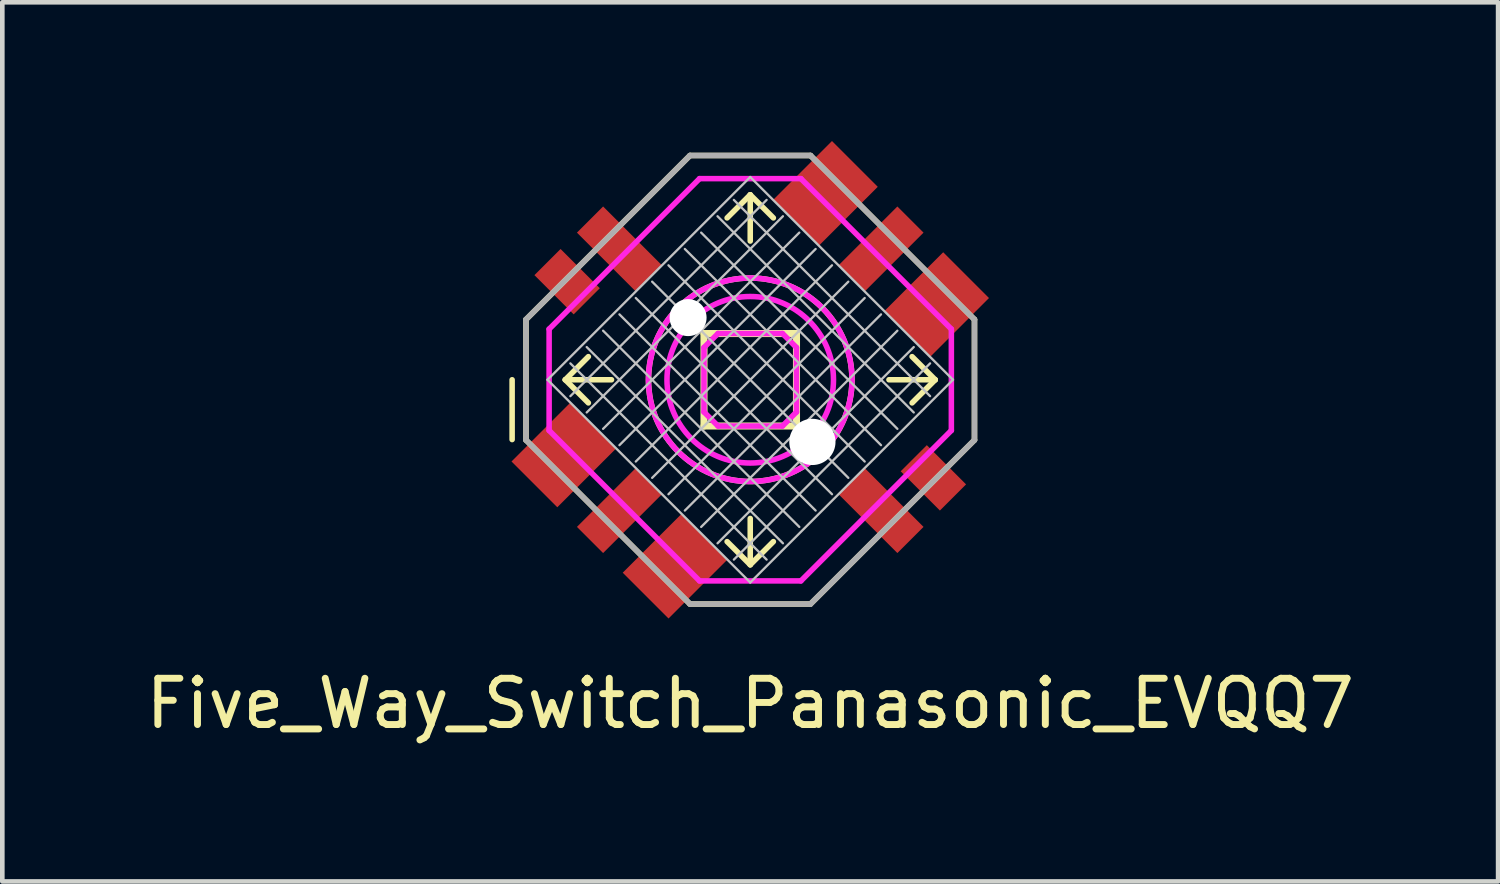
<source format=kicad_pcb>
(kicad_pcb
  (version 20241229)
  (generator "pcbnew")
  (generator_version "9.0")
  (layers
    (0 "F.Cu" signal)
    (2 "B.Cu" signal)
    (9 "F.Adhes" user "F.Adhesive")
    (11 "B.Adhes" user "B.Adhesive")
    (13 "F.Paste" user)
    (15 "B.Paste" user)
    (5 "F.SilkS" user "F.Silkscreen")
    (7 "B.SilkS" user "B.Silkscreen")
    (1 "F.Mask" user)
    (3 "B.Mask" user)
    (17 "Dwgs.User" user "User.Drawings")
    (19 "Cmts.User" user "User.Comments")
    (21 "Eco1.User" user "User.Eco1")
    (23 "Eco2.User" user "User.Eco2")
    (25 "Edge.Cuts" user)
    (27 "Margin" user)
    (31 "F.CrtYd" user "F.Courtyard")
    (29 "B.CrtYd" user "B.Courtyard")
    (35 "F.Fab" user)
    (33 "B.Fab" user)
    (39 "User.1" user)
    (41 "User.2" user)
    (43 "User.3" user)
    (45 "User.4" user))
  (footprint "Five_Way_Switch_Panasonic_EVQQ7"
    (layer "F.Cu")
    (at 13.173 5.162)
    (property "Reference" "Five_Way_Switch_Panasonic_EVQQ7" (at 0 7 0) (layer "F.SilkS") (effects (font (size 1 1) (thickness 0.15))))
    (attr through_hole)
    (fp_line (start -5.149 1.293) (end -5.149 0) (stroke (width 0.12) (type solid)) (layer "F.SilkS"))
    (fp_line (start -4.849 -1.303) (end -1.303 -4.849) (stroke (width 0.12) (type solid)) (layer "F.SilkS"))
    (fp_line (start -4.849 1.303) (end -4.849 -1.303) (stroke (width 0.12) (type solid)) (layer "F.SilkS"))
    (fp_line (start -4 0) (end -3.5 -0.5) (stroke (width 0.12) (type solid)) (layer "F.SilkS"))
    (fp_line (start -4 0) (end -3.5 0.5) (stroke (width 0.12) (type solid)) (layer "F.SilkS"))
    (fp_line (start -3 0) (end -4 0) (stroke (width 0.12) (type solid)) (layer "F.SilkS"))
    (fp_line (start -1.303 -4.849) (end 1.303 -4.849) (stroke (width 0.12) (type solid)) (layer "F.SilkS"))
    (fp_line (start -1.303 4.849) (end -4.849 1.303) (stroke (width 0.12) (type solid)) (layer "F.SilkS"))
    (fp_line (start -1 -1) (end 1 -1) (stroke (width 0.153) (type solid)) (layer "F.SilkS"))
    (fp_line (start -1 1) (end -1 -1) (stroke (width 0.153) (type solid)) (layer "F.SilkS"))
    (fp_line (start 0 -4) (end -0.5 -3.5) (stroke (width 0.12) (type solid)) (layer "F.SilkS"))
    (fp_line (start 0 -4) (end 0.5 -3.5) (stroke (width 0.12) (type solid)) (layer "F.SilkS"))
    (fp_line (start 0 -3) (end 0 -4) (stroke (width 0.12) (type solid)) (layer "F.SilkS"))
    (fp_line (start 0 3) (end 0 4) (stroke (width 0.12) (type solid)) (layer "F.SilkS"))
    (fp_line (start 0 4) (end -0.5 3.5) (stroke (width 0.12) (type solid)) (layer "F.SilkS"))
    (fp_line (start 0 4) (end 0.5 3.5) (stroke (width 0.12) (type solid)) (layer "F.SilkS"))
    (fp_line (start 1 -1) (end 1 1) (stroke (width 0.153) (type solid)) (layer "F.SilkS"))
    (fp_line (start 1 1) (end -1 1) (stroke (width 0.153) (type solid)) (layer "F.SilkS"))
    (fp_line (start 1.303 -4.849) (end 4.849 -1.303) (stroke (width 0.12) (type solid)) (layer "F.SilkS"))
    (fp_line (start 1.303 4.849) (end -1.303 4.849) (stroke (width 0.12) (type solid)) (layer "F.SilkS"))
    (fp_line (start 3 0) (end 4 0) (stroke (width 0.12) (type solid)) (layer "F.SilkS"))
    (fp_line (start 4 0) (end 3.5 -0.5) (stroke (width 0.12) (type solid)) (layer "F.SilkS"))
    (fp_line (start 4 0) (end 3.5 0.5) (stroke (width 0.12) (type solid)) (layer "F.SilkS"))
    (fp_line (start 4.849 -1.303) (end 4.849 1.303) (stroke (width 0.12) (type solid)) (layer "F.SilkS"))
    (fp_line (start 4.849 1.303) (end 1.303 4.849) (stroke (width 0.12) (type solid)) (layer "F.SilkS"))
    (fp_circle (center 0 0) (end 1.556 1.556) (stroke (width 0.12) (type solid)) (fill no) (layer "F.SilkS"))
    (fp_line (start -4.384 0) (end 0 -4.384) (stroke (width 0.05) (type solid)) (layer "Dwgs.User"))
    (fp_line (start 0 -4.384) (end 4.384 0) (stroke (width 0.05) (type solid)) (layer "Dwgs.User"))
    (fp_line (start 0 4.384) (end -4.384 0) (stroke (width 0.05) (type solid)) (layer "Dwgs.User"))
    (fp_line (start 0.354 -3.889) (end -3.889 0.354) (stroke (width 0.05) (type solid)) (layer "Dwgs.User"))
    (fp_line (start 0.354 3.889) (end -3.889 -0.354) (stroke (width 0.05) (type solid)) (layer "Dwgs.User"))
    (fp_line (start 0.707 -3.536) (end -3.536 0.707) (stroke (width 0.05) (type solid)) (layer "Dwgs.User"))
    (fp_line (start 0.707 3.536) (end -3.536 -0.707) (stroke (width 0.05) (type solid)) (layer "Dwgs.User"))
    (fp_line (start 1.061 -3.182) (end -3.182 1.061) (stroke (width 0.05) (type solid)) (layer "Dwgs.User"))
    (fp_line (start 1.061 3.182) (end -3.182 -1.061) (stroke (width 0.05) (type solid)) (layer "Dwgs.User"))
    (fp_line (start 1.414 -2.828) (end -2.828 1.414) (stroke (width 0.05) (type solid)) (layer "Dwgs.User"))
    (fp_line (start 1.414 2.828) (end -2.828 -1.414) (stroke (width 0.05) (type solid)) (layer "Dwgs.User"))
    (fp_line (start 1.768 -2.475) (end -2.475 1.768) (stroke (width 0.05) (type solid)) (layer "Dwgs.User"))
    (fp_line (start 1.768 2.475) (end -2.475 -1.768) (stroke (width 0.05) (type solid)) (layer "Dwgs.User"))
    (fp_line (start 2.121 -2.121) (end -2.121 2.121) (stroke (width 0.05) (type solid)) (layer "Dwgs.User"))
    (fp_line (start 2.121 2.121) (end -2.121 -2.121) (stroke (width 0.05) (type solid)) (layer "Dwgs.User"))
    (fp_line (start 2.475 -1.768) (end -1.768 2.475) (stroke (width 0.05) (type solid)) (layer "Dwgs.User"))
    (fp_line (start 2.475 1.768) (end -1.768 -2.475) (stroke (width 0.05) (type solid)) (layer "Dwgs.User"))
    (fp_line (start 2.828 -1.414) (end -1.414 2.828) (stroke (width 0.05) (type solid)) (layer "Dwgs.User"))
    (fp_line (start 2.828 1.414) (end -1.414 -2.828) (stroke (width 0.05) (type solid)) (layer "Dwgs.User"))
    (fp_line (start 3.182 -1.061) (end -1.061 3.182) (stroke (width 0.05) (type solid)) (layer "Dwgs.User"))
    (fp_line (start 3.182 1.061) (end -1.061 -3.182) (stroke (width 0.05) (type solid)) (layer "Dwgs.User"))
    (fp_line (start 3.536 -0.707) (end -0.707 3.536) (stroke (width 0.05) (type solid)) (layer "Dwgs.User"))
    (fp_line (start 3.536 0.707) (end -0.707 -3.536) (stroke (width 0.05) (type solid)) (layer "Dwgs.User"))
    (fp_line (start 3.889 -0.354) (end -0.354 3.889) (stroke (width 0.05) (type solid)) (layer "Dwgs.User"))
    (fp_line (start 3.889 0.354) (end -0.354 -3.889) (stroke (width 0.05) (type solid)) (layer "Dwgs.User"))
    (fp_line (start 4.384 0) (end 0 4.384) (stroke (width 0.05) (type solid)) (layer "Dwgs.User"))
    (fp_line (start -4.349 1.096) (end -4.349 -1.096) (stroke (width 0.12) (type solid)) (layer "F.CrtYd"))
    (fp_line (start -1.096 -4.349) (end -4.349 -1.096) (stroke (width 0.12) (type solid)) (layer "F.CrtYd"))
    (fp_line (start -1.096 -4.349) (end 1.096 -4.349) (stroke (width 0.12) (type solid)) (layer "F.CrtYd"))
    (fp_line (start -1.096 4.349) (end -4.349 1.096) (stroke (width 0.12) (type solid)) (layer "F.CrtYd"))
    (fp_line (start -1 0.697) (end -1 -0.697) (stroke (width 0.12) (type solid)) (layer "F.CrtYd"))
    (fp_line (start -1 0.697) (end -0.697 1) (stroke (width 0.12) (type solid)) (layer "F.CrtYd"))
    (fp_line (start -0.697 -1) (end -1 -0.697) (stroke (width 0.12) (type solid)) (layer "F.CrtYd"))
    (fp_line (start -0.697 -1) (end 0.697 -1) (stroke (width 0.12) (type solid)) (layer "F.CrtYd"))
    (fp_line (start 0.697 -1) (end 1 -0.697) (stroke (width 0.12) (type solid)) (layer "F.CrtYd"))
    (fp_line (start 0.697 1) (end -0.697 1) (stroke (width 0.12) (type solid)) (layer "F.CrtYd"))
    (fp_line (start 1 -0.697) (end 1 0.697) (stroke (width 0.12) (type solid)) (layer "F.CrtYd"))
    (fp_line (start 1 0.697) (end 0.697 1) (stroke (width 0.12) (type solid)) (layer "F.CrtYd"))
    (fp_line (start 1.096 -4.349) (end 4.349 -1.096) (stroke (width 0.12) (type solid)) (layer "F.CrtYd"))
    (fp_line (start 1.096 4.349) (end -1.096 4.349) (stroke (width 0.12) (type solid)) (layer "F.CrtYd"))
    (fp_line (start 4.349 -1.096) (end 4.349 1.096) (stroke (width 0.12) (type solid)) (layer "F.CrtYd"))
    (fp_line (start 4.349 1.096) (end 1.096 4.349) (stroke (width 0.12) (type solid)) (layer "F.CrtYd"))
    (fp_circle (center 0 0) (end 1.273 1.273) (stroke (width 0.12) (type solid)) (fill no) (layer "F.CrtYd"))
    (fp_circle (center 0 0) (end 1.556 1.556) (stroke (width 0.12) (type solid)) (fill no) (layer "F.CrtYd"))
    (fp_line (start -4.849 -1.303) (end -1.303 -4.849) (stroke (width 0.12) (type solid)) (layer "F.Fab"))
    (fp_line (start -4.849 1.303) (end -4.849 -1.303) (stroke (width 0.12) (type solid)) (layer "F.Fab"))
    (fp_line (start -1.303 -4.849) (end 1.303 -4.849) (stroke (width 0.12) (type solid)) (layer "F.Fab"))
    (fp_line (start -1.303 4.849) (end -4.849 1.303) (stroke (width 0.12) (type solid)) (layer "F.Fab"))
    (fp_line (start 1.303 -4.849) (end 4.849 -1.303) (stroke (width 0.12) (type solid)) (layer "F.Fab"))
    (fp_line (start 1.303 4.849) (end -1.303 4.849) (stroke (width 0.12) (type solid)) (layer "F.Fab"))
    (fp_line (start 4.849 -1.303) (end 4.849 1.303) (stroke (width 0.12) (type solid)) (layer "F.Fab"))
    (fp_line (start 4.849 1.303) (end 1.303 4.849) (stroke (width 0.12) (type solid)) (layer "F.Fab"))
    (pad "" np_thru_hole circle (at -1.344 -1.344 135) (size 0.8 0.8) (drill 0.8) (layers "*.Cu" "*.Mask"))
    (pad "" np_thru_hole circle (at 1.344 1.344 135) (size 1 1) (drill 1) (layers "*.Cu" "*.Mask"))
    (pad "A" smd rect (at -4.031 1.626 135) (size 1.4 1.8) (layers "F.Cu" "F.Mask" "F.Paste"))
    (pad "B" smd rect (at -1.626 4.031 135) (size 1.4 1.8) (layers "F.Cu" "F.Mask" "F.Paste"))
    (pad "C" smd rect (at 1.626 -4.031 135) (size 1.4 1.8) (layers "F.Cu" "F.Mask" "F.Paste"))
    (pad "Com" smd rect (at -2.828 -2.828 45) (size 0.8 1.8) (layers "F.Cu" "F.Mask" "F.Paste"))
    (pad "Com" smd rect (at 2.828 -2.828 135) (size 0.8 1.8) (layers "F.Cu" "F.Mask" "F.Paste"))
    (pad "Com" smd rect (at 2.828 2.828 45) (size 0.8 1.8) (layers "F.Cu" "F.Mask" "F.Paste"))
    (pad "D" smd rect (at 4.031 -1.626 135) (size 1.4 1.8) (layers "F.Cu" "F.Mask" "F.Paste"))
    (pad "E" smd rect (at -2.828 2.828 135) (size 0.8 1.8) (layers "F.Cu" "F.Mask" "F.Paste"))
    (pad "GND" smd rect (at -3.96 -2.121 45) (size 0.8 1.2) (layers "F.Cu" "F.Mask" "F.Paste"))
    (pad "GND" smd rect (at 3.96 2.121 45) (size 0.8 1.2) (layers "F.Cu" "F.Mask" "F.Paste")))
  (gr_rect
    (start -3 -3)
    (end 29.345 16.01)
    (stroke (width 0.1) (type default))
    (fill no)
    (layer "Edge.Cuts")))
</source>
